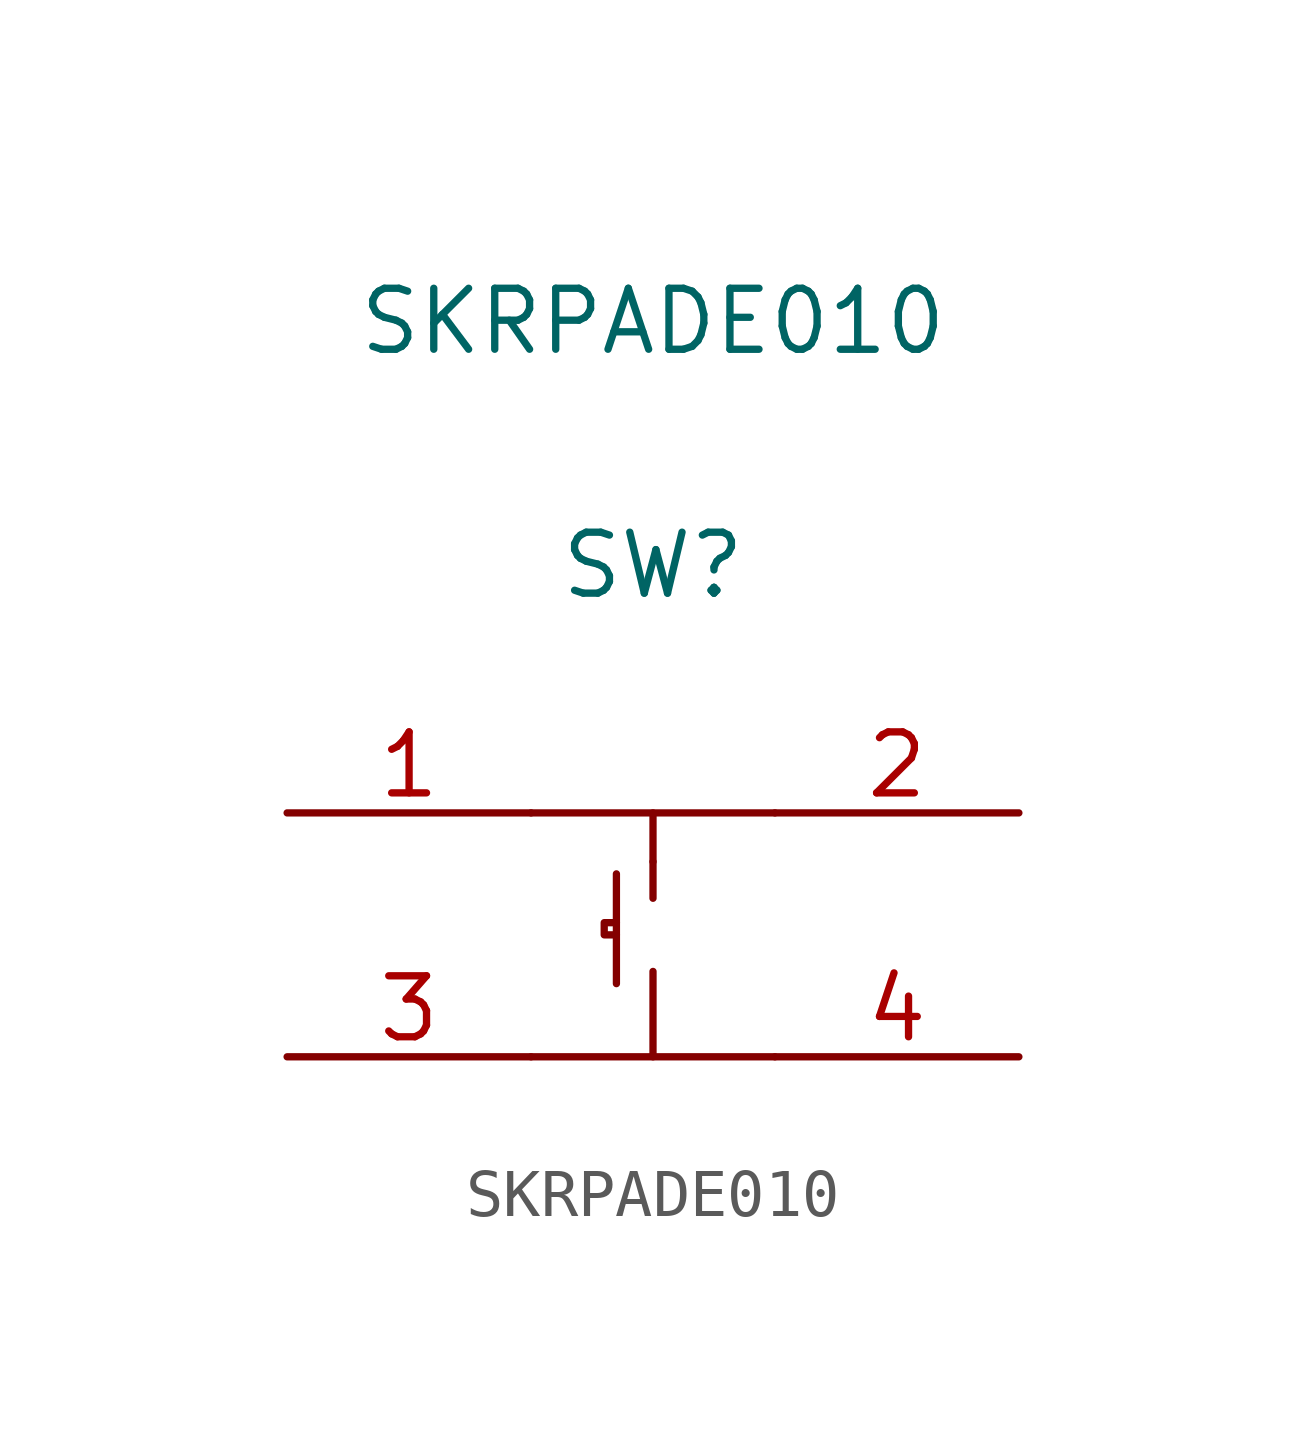
<source format=kicad_sym>
(kicad_symbol_lib
  (version 20211014)
  (generator kicad_symbol_editor)
  (symbol "SKRPADE010"
    (pin_names
      (offset 1.016) hide)
    (property "Reference" "SW"
      (at 0 7.696 0)
      (effects (font (size 1.27 1.27))))
    (property "Value" "SKRPADE010"
      (at 0 12.776 0)
      (effects (font (size 1.27 1.27))))
    (symbol "SKRPADE010_1_1"
      (polyline (pts (xy -2.54 -2.54) (xy 2.54 -2.54)) (stroke (width 0.152) (type default) (color 0 0 0 0)) (fill (type none)))
      (polyline (pts (xy -2.54 2.54) (xy 2.54 2.54)) (stroke (width 0.152) (type default) (color 0 0 0 0)) (fill (type none)))
      (polyline (pts (xy -0.762 1.27) (xy -0.762 -1.016)) (stroke (width 0.152) (type default) (color 0 0 0 0)) (fill (type none)))
      (polyline (pts (xy 0 -2.54) (xy 0 -0.762)) (stroke (width 0.152) (type default) (color 0 0 0 0)) (fill (type none)))
      (polyline (pts (xy 0 1.524) (xy 0 0.762)) (stroke (width 0.152) (type default) (color 0 0 0 0)) (fill (type none)))
      (polyline (pts (xy 0 2.54) (xy 0 1.524)) (stroke (width 0.152) (type default) (color 0 0 0 0)) (fill (type none)))
      (polyline (pts (xy -0.762 0.254) (xy -1.016 0.254) (xy -1.016 0) (xy -0.762 0)) (stroke (width 0.152) (type default) (color 0 0 0 0)) (fill (type none)))
      (pin input line (at -7.62 2.54 0) (length 5.08) (name "1" (effects (font (size 1.27 1.27)))) (number "1" (effects (font (size 1.27 1.27)))))
      (pin input line (at 7.62 2.54 180) (length 5.08) (name "2" (effects (font (size 1.27 1.27)))) (number "2" (effects (font (size 1.27 1.27)))))
      (pin input line (at -7.62 -2.54 0) (length 5.08) (name "3" (effects (font (size 1.27 1.27)))) (number "3" (effects (font (size 1.27 1.27)))))
      (pin input line (at 7.62 -2.54 180) (length 5.08) (name "4" (effects (font (size 1.27 1.27)))) (number "4" (effects (font (size 1.27 1.27))))))))
</source>
